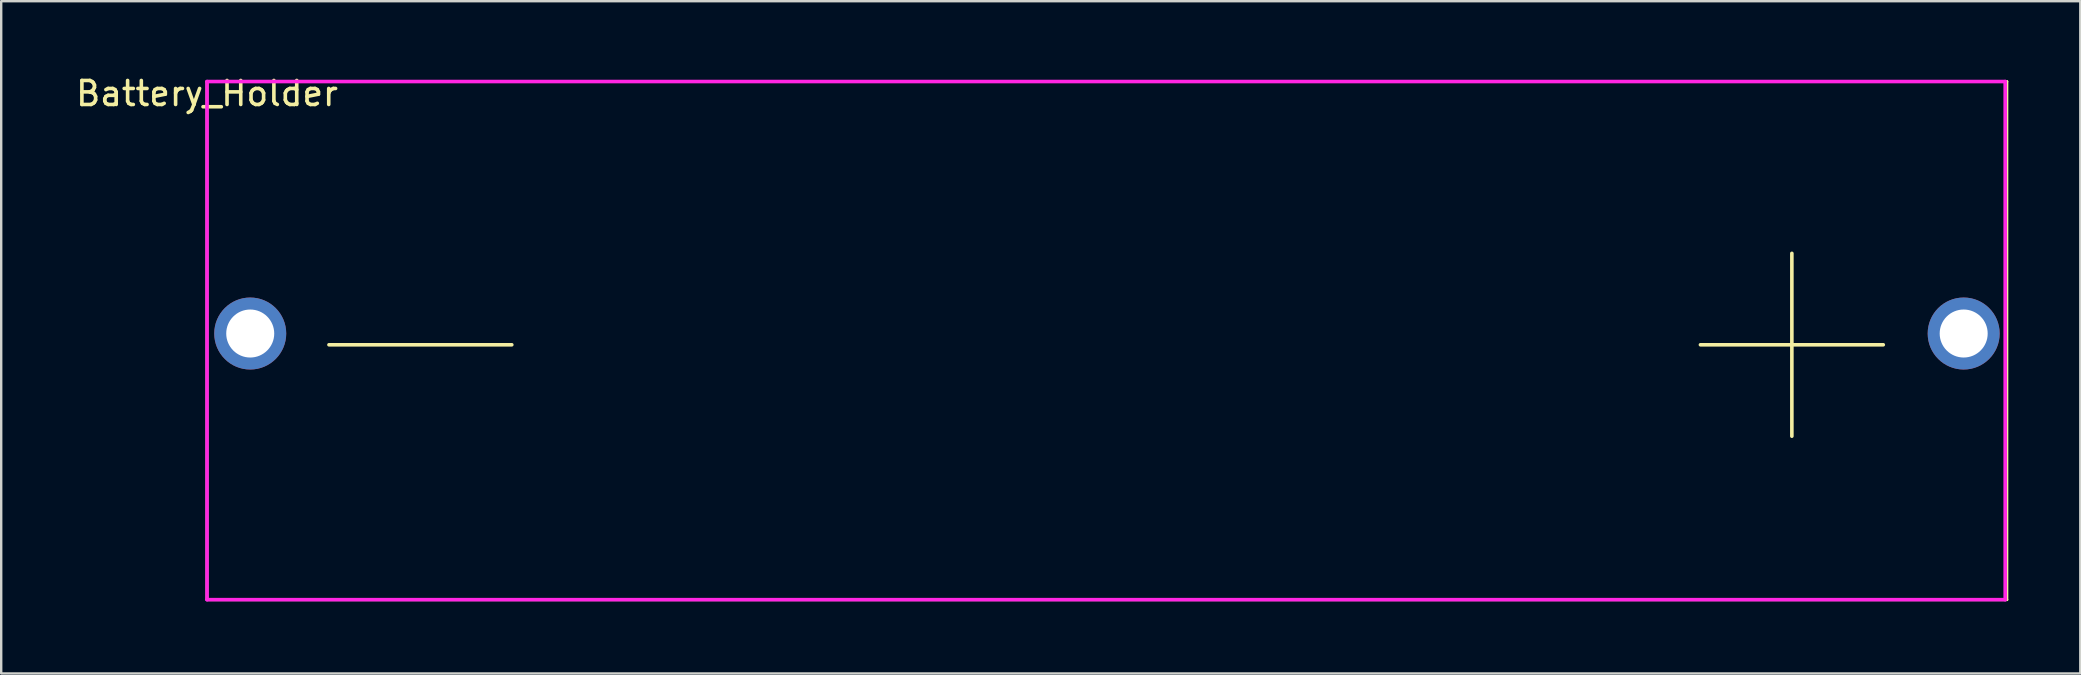
<source format=kicad_pcb>
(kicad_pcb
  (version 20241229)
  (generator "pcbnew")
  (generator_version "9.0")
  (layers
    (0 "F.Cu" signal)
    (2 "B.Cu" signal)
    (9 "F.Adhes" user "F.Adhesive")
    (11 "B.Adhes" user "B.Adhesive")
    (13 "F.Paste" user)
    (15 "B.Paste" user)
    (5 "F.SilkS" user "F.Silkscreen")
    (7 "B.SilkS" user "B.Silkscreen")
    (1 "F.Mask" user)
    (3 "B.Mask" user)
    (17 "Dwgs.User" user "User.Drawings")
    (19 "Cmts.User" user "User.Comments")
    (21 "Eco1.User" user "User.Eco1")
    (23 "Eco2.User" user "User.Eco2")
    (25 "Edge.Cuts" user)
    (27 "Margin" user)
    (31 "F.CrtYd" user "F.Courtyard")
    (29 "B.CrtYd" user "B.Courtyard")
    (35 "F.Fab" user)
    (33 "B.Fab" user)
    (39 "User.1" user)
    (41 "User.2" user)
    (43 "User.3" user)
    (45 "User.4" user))
  (footprint "Battery_Holder"
    (layer "F.Cu")
    (at 5.577 0.348)
    (property "Reference" "Battery_Holder" (at 0 0.5 0) (layer "F.SilkS") (effects (font (size 1 1) (thickness 0.15))))
    (attr through_hole)
    (fp_line (start 0 0) (end 75 0) (stroke (width 0.12) (type solid)) (layer "F.SilkS"))
    (fp_line (start 0 21.59) (end 0 0) (stroke (width 0.12) (type solid)) (layer "F.SilkS"))
    (fp_line (start 75 0) (end 75 21.59) (stroke (width 0.12) (type solid)) (layer "F.SilkS"))
    (fp_line (start 75 21.59) (end 0 21.59) (stroke (width 0.12) (type solid)) (layer "F.SilkS"))
    (fp_line (start 0 0) (end 74.93 0) (stroke (width 0.15) (type solid)) (layer "F.CrtYd"))
    (fp_line (start 0 21.59) (end 0 0) (stroke (width 0.15) (type solid)) (layer "F.CrtYd"))
    (fp_line (start 74.93 0) (end 74.93 21.59) (stroke (width 0.15) (type solid)) (layer "F.CrtYd"))
    (fp_line (start 74.93 21.59) (end 0 21.59) (stroke (width 0.15) (type solid)) (layer "F.CrtYd"))
    (fp_text user "+" (at 66.04 10.16 0) (layer "F.SilkS") (effects (font (size 10 10) (thickness 0.15))))
    (fp_text user "-" (at 8.89 10.16 0) (layer "F.SilkS") (effects (font (size 10 10) (thickness 0.15))))
    (pad "1" thru_hole circle (at 1.8 10.5) (size 3 3) (drill 2) (layers "*.Cu" "*.Mask"))
    (pad "2" thru_hole circle (at 73.2 10.5) (size 3 3) (drill 2) (layers "*.Cu" "*.Mask")))
  (gr_rect
    (start -3 -3)
    (end 83.637 25.013)
    (stroke (width 0.1) (type default))
    (fill no)
    (layer "Edge.Cuts")))
</source>
